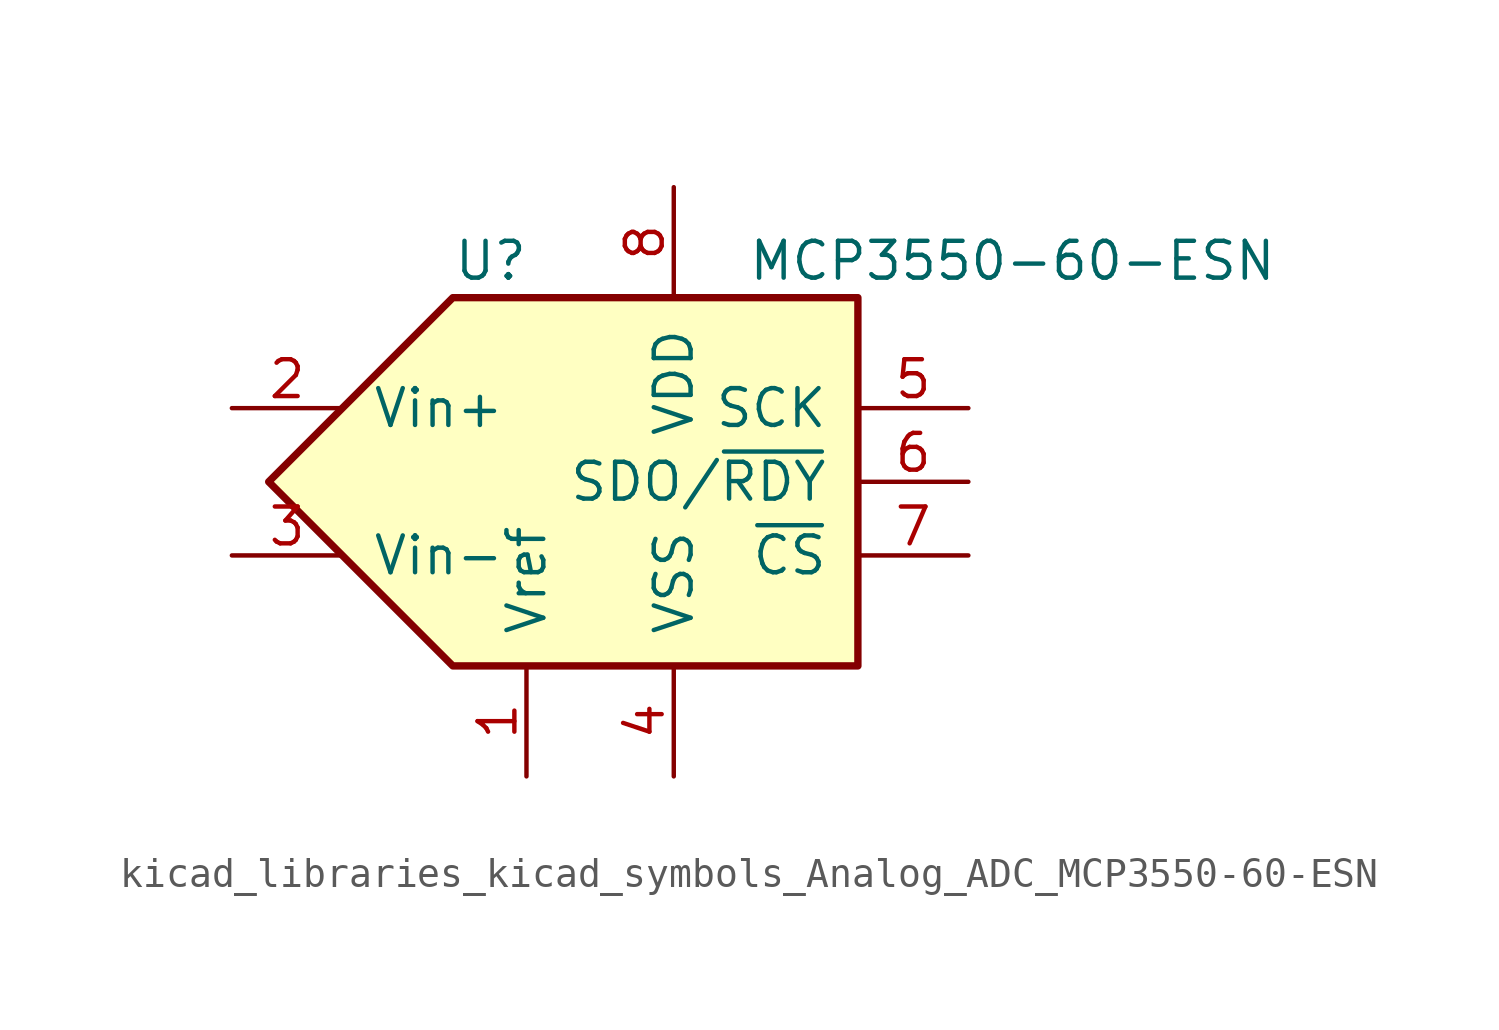
<source format=kicad_sym>
(kicad_symbol_lib
  (version 20220914)
  (generator kicad_symbol_editor)
  (symbol "kicad_libraries_kicad_symbols_Analog_ADC_MCP3550-60-ESN"
    (pin_names
      (offset 1.016))
    (property "Reference" "U"
      (at -5.08 7.62 0)
      (effects (font (size 1.27 1.27)) (justify left)))
    (property "Value" "MCP3550-60-ESN"
      (at 5.08 7.62 0)
      (effects (font (size 1.27 1.27)) (justify left)))
    (symbol "kicad_libraries_kicad_symbols_Analog_ADC_MCP3550-60-ESN_0_1"
      (polyline (pts (xy -5.08 6.35) (xy 8.89 6.35) (xy 8.89 0) (xy 8.89 -6.35) (xy -5.08 -6.35) (xy -11.43 0) (xy -5.08 6.35)) (stroke (width 0.254) (type default)) (fill (type background))))
    (symbol "kicad_libraries_kicad_symbols_Analog_ADC_MCP3550-60-ESN_1_1"
      (pin input line (at -2.54 -10.16 90) (length 3.81) (name "Vref" (effects (font (size 1.27 1.27)))) (number "1" (effects (font (size 1.27 1.27)))))
      (pin passive line (at -12.7 2.54 0) (length 3.81) (name "Vin+" (effects (font (size 1.27 1.27)))) (number "2" (effects (font (size 1.27 1.27)))))
      (pin passive line (at -12.7 -2.54 0) (length 3.81) (name "Vin-" (effects (font (size 1.27 1.27)))) (number "3" (effects (font (size 1.27 1.27)))))
      (pin power_in line (at 2.54 -10.16 90) (length 3.81) (name "VSS" (effects (font (size 1.27 1.27)))) (number "4" (effects (font (size 1.27 1.27)))))
      (pin input line (at 12.7 2.54 180) (length 3.81) (name "SCK" (effects (font (size 1.27 1.27)))) (number "5" (effects (font (size 1.27 1.27)))))
      (pin output line (at 12.7 0 180) (length 3.81) (name "SDO/~{RDY}" (effects (font (size 1.27 1.27)))) (number "6" (effects (font (size 1.27 1.27)))))
      (pin input line (at 12.7 -2.54 180) (length 3.81) (name "~{CS}" (effects (font (size 1.27 1.27)))) (number "7" (effects (font (size 1.27 1.27)))))
      (pin power_in line (at 2.54 10.16 270) (length 3.81) (name "VDD" (effects (font (size 1.27 1.27)))) (number "8" (effects (font (size 1.27 1.27))))))))
</source>
